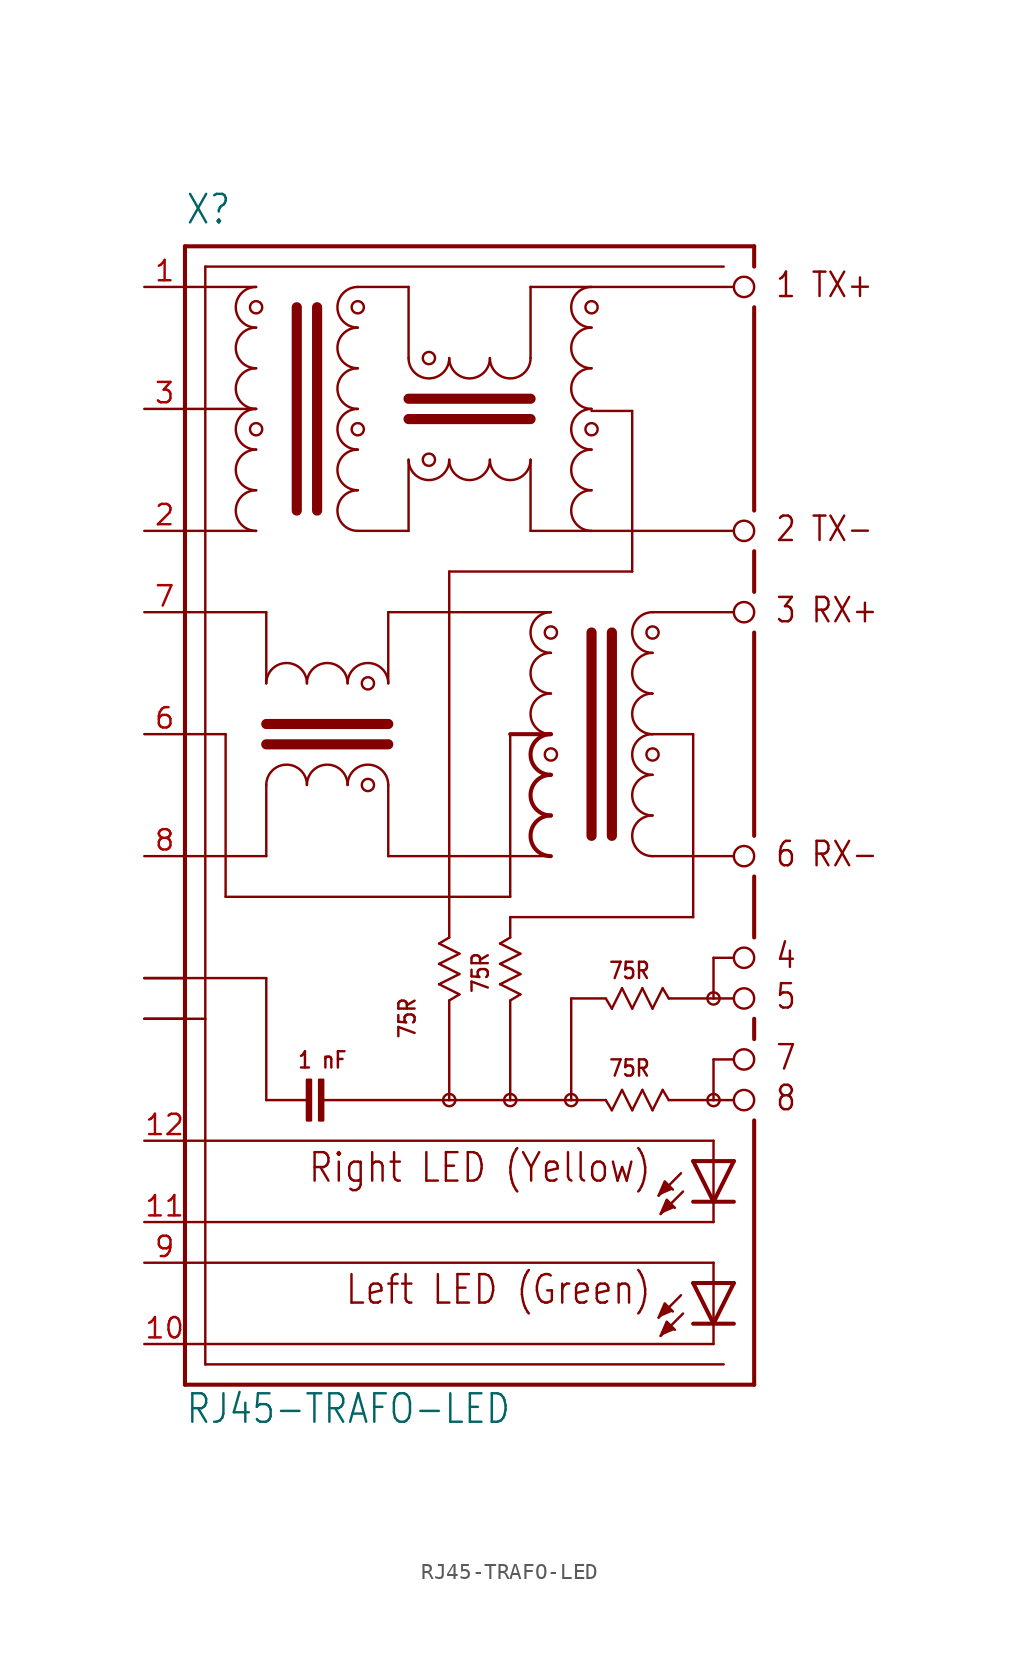
<source format=kicad_sym>
(kicad_symbol_lib
  (version 20211014)
  (generator kicad_symbol_editor)
  (symbol "RJ45-TRAFO-LED"
    (property "Reference" "X"
      (at -12.7 41.91 0)
      (effects (font (size 1.778 1.511)) (justify left bottom)))
    (property "Value" "RJ45-TRAFO-LED"
      (at -12.7 -33.02 0)
      (effects (font (size 1.778 1.511)) (justify left bottom)))
    (property "ki_locked" ""
      (at 0 0 0)
      (effects (font (size 1.27 1.27))))
    (symbol "RJ45-TRAFO-LED_1_0"
      (arc (start -8.255 25.4) (mid -9.525 24.13) (end -8.255 22.86) (stroke (width 0.1524) (type default) (color 0 0 0 0)) (fill (type none)))
      (arc (start -8.255 27.94) (mid -9.525 26.67) (end -8.255 25.4) (stroke (width 0.1524) (type default) (color 0 0 0 0)) (fill (type none)))
      (circle (center -8.255 29.21) (radius 0.381) (stroke (width 0) (type default) (color 0 0 0 0)) (fill (type none)))
      (arc (start -8.255 30.48) (mid -9.525 29.21) (end -8.255 27.94) (stroke (width 0.1524) (type default) (color 0 0 0 0)) (fill (type none)))
      (arc (start -8.255 33.02) (mid -9.525 31.75) (end -8.255 30.48) (stroke (width 0.1524) (type default) (color 0 0 0 0)) (fill (type none)))
      (arc (start -8.255 35.56) (mid -9.525 34.29) (end -8.255 33.02) (stroke (width 0.1524) (type default) (color 0 0 0 0)) (fill (type none)))
      (circle (center -8.255 36.83) (radius 0.381) (stroke (width 0) (type default) (color 0 0 0 0)) (fill (type none)))
      (arc (start -8.255 38.1) (mid -9.525 36.83) (end -8.255 35.56) (stroke (width 0.1524) (type default) (color 0 0 0 0)) (fill (type none)))
      (rectangle (start -5.08 -13.97) (end -4.826 -11.43) (stroke (width 0) (type default) (color 0 0 0 0)) (fill (type outline)))
      (arc (start -5.08 6.985) (mid -6.35 8.255) (end -7.62 6.985) (stroke (width 0.1524) (type default) (color 0 0 0 0)) (fill (type none)))
      (arc (start -5.08 13.335) (mid -6.35 14.605) (end -7.62 13.335) (stroke (width 0.1524) (type default) (color 0 0 0 0)) (fill (type none)))
      (rectangle (start -4.318 -13.97) (end -4.064 -11.43) (stroke (width 0) (type default) (color 0 0 0 0)) (fill (type outline)))
      (arc (start -2.54 6.985) (mid -3.81 8.255) (end -5.08 6.985) (stroke (width 0.1524) (type default) (color 0 0 0 0)) (fill (type none)))
      (arc (start -2.54 13.335) (mid -3.81 14.605) (end -5.08 13.335) (stroke (width 0.1524) (type default) (color 0 0 0 0)) (fill (type none)))
      (arc (start -1.905 25.4) (mid -3.175 24.13) (end -1.905 22.86) (stroke (width 0.1524) (type default) (color 0 0 0 0)) (fill (type none)))
      (arc (start -1.905 27.94) (mid -3.175 26.67) (end -1.905 25.4) (stroke (width 0.1524) (type default) (color 0 0 0 0)) (fill (type none)))
      (circle (center -1.905 29.21) (radius 0.381) (stroke (width 0) (type default) (color 0 0 0 0)) (fill (type none)))
      (arc (start -1.905 30.48) (mid -3.175 29.21) (end -1.905 27.94) (stroke (width 0.1524) (type default) (color 0 0 0 0)) (fill (type none)))
      (arc (start -1.905 33.02) (mid -3.175 31.75) (end -1.905 30.48) (stroke (width 0.1524) (type default) (color 0 0 0 0)) (fill (type none)))
      (arc (start -1.905 35.56) (mid -3.175 34.29) (end -1.905 33.02) (stroke (width 0.1524) (type default) (color 0 0 0 0)) (fill (type none)))
      (circle (center -1.905 36.83) (radius 0.381) (stroke (width 0) (type default) (color 0 0 0 0)) (fill (type none)))
      (arc (start -1.905 38.1) (mid -3.175 36.83) (end -1.905 35.56) (stroke (width 0.1524) (type default) (color 0 0 0 0)) (fill (type none)))
      (circle (center -1.27 6.985) (radius 0.381) (stroke (width 0) (type default) (color 0 0 0 0)) (fill (type none)))
      (circle (center -1.27 13.335) (radius 0.381) (stroke (width 0) (type default) (color 0 0 0 0)) (fill (type none)))
      (polyline (pts (xy -12.7 -30.48) (xy 22.86 -30.48)) (stroke (width 0.254) (type default) (color 0 0 0 0)) (fill (type none)))
      (polyline (pts (xy -12.7 -27.94) (xy -12.7 -30.48)) (stroke (width 0.254) (type default) (color 0 0 0 0)) (fill (type none)))
      (polyline (pts (xy -12.7 -27.94) (xy 20.32 -27.94)) (stroke (width 0.152) (type default) (color 0 0 0 0)) (fill (type none)))
      (polyline (pts (xy -12.7 -22.86) (xy -12.7 -27.94)) (stroke (width 0.254) (type default) (color 0 0 0 0)) (fill (type none)))
      (polyline (pts (xy -12.7 -22.86) (xy 20.32 -22.86)) (stroke (width 0.152) (type default) (color 0 0 0 0)) (fill (type none)))
      (polyline (pts (xy -12.7 -20.32) (xy -12.7 -22.86)) (stroke (width 0.254) (type default) (color 0 0 0 0)) (fill (type none)))
      (polyline (pts (xy -12.7 -20.32) (xy 20.32 -20.32)) (stroke (width 0.152) (type default) (color 0 0 0 0)) (fill (type none)))
      (polyline (pts (xy -12.7 -15.24) (xy -12.7 -20.32)) (stroke (width 0.254) (type default) (color 0 0 0 0)) (fill (type none)))
      (polyline (pts (xy -12.7 -15.24) (xy 20.32 -15.24)) (stroke (width 0.152) (type default) (color 0 0 0 0)) (fill (type none)))
      (polyline (pts (xy -12.7 -7.62) (xy -12.7 -15.24)) (stroke (width 0.254) (type default) (color 0 0 0 0)) (fill (type none)))
      (polyline (pts (xy -12.7 -7.62) (xy -11.43 -7.62)) (stroke (width 0.152) (type default) (color 0 0 0 0)) (fill (type none)))
      (polyline (pts (xy -12.7 -5.08) (xy -12.7 -7.62)) (stroke (width 0.254) (type default) (color 0 0 0 0)) (fill (type none)))
      (polyline (pts (xy -12.7 -5.08) (xy -7.62 -5.08)) (stroke (width 0.152) (type default) (color 0 0 0 0)) (fill (type none)))
      (polyline (pts (xy -12.7 10.16) (xy -10.16 10.16)) (stroke (width 0.152) (type default) (color 0 0 0 0)) (fill (type none)))
      (polyline (pts (xy -12.7 22.86) (xy -8.255 22.86)) (stroke (width 0.152) (type default) (color 0 0 0 0)) (fill (type none)))
      (polyline (pts (xy -12.7 30.48) (xy -8.255 30.48)) (stroke (width 0.152) (type default) (color 0 0 0 0)) (fill (type none)))
      (polyline (pts (xy -12.7 38.1) (xy -8.255 38.1)) (stroke (width 0.152) (type default) (color 0 0 0 0)) (fill (type none)))
      (polyline (pts (xy -12.7 40.64) (xy -12.7 -5.08)) (stroke (width 0.254) (type default) (color 0 0 0 0)) (fill (type none)))
      (polyline (pts (xy -12.7 40.64) (xy 22.86 40.64)) (stroke (width 0.254) (type default) (color 0 0 0 0)) (fill (type none)))
      (polyline (pts (xy -11.43 -29.21) (xy -11.43 -7.62)) (stroke (width 0.152) (type default) (color 0 0 0 0)) (fill (type none)))
      (polyline (pts (xy -11.43 -7.62) (xy -11.43 39.37)) (stroke (width 0.152) (type default) (color 0 0 0 0)) (fill (type none)))
      (polyline (pts (xy -10.16 0) (xy 7.62 0)) (stroke (width 0.152) (type default) (color 0 0 0 0)) (fill (type none)))
      (polyline (pts (xy -10.16 10.16) (xy -10.16 0)) (stroke (width 0.152) (type default) (color 0 0 0 0)) (fill (type none)))
      (polyline (pts (xy -7.62 -12.7) (xy -7.62 -5.08)) (stroke (width 0.152) (type default) (color 0 0 0 0)) (fill (type none)))
      (polyline (pts (xy -7.62 -12.7) (xy -5.08 -12.7)) (stroke (width 0.152) (type default) (color 0 0 0 0)) (fill (type none)))
      (polyline (pts (xy -7.62 2.54) (xy -12.7 2.54)) (stroke (width 0.152) (type default) (color 0 0 0 0)) (fill (type none)))
      (polyline (pts (xy -7.62 6.985) (xy -7.62 2.54)) (stroke (width 0.152) (type default) (color 0 0 0 0)) (fill (type none)))
      (polyline (pts (xy -7.62 13.335) (xy -7.62 17.78)) (stroke (width 0.152) (type default) (color 0 0 0 0)) (fill (type none)))
      (polyline (pts (xy -7.62 17.78) (xy -12.7 17.78)) (stroke (width 0.152) (type default) (color 0 0 0 0)) (fill (type none)))
      (polyline (pts (xy -5.715 36.83) (xy -5.715 24.13)) (stroke (width 0.635) (type default) (color 0 0 0 0)) (fill (type none)))
      (polyline (pts (xy -4.445 36.83) (xy -4.445 24.13)) (stroke (width 0.635) (type default) (color 0 0 0 0)) (fill (type none)))
      (polyline (pts (xy -4.064 -12.7) (xy 3.81 -12.7)) (stroke (width 0.152) (type default) (color 0 0 0 0)) (fill (type none)))
      (polyline (pts (xy -1.905 38.1) (xy 1.27 38.1)) (stroke (width 0.152) (type default) (color 0 0 0 0)) (fill (type none)))
      (polyline (pts (xy 0 2.54) (xy 0 6.985)) (stroke (width 0.152) (type default) (color 0 0 0 0)) (fill (type none)))
      (polyline (pts (xy 0 2.54) (xy 10.16 2.54)) (stroke (width 0.152) (type default) (color 0 0 0 0)) (fill (type none)))
      (polyline (pts (xy 0 9.525) (xy -7.62 9.525)) (stroke (width 0.635) (type default) (color 0 0 0 0)) (fill (type none)))
      (polyline (pts (xy 0 10.795) (xy -7.62 10.795)) (stroke (width 0.635) (type default) (color 0 0 0 0)) (fill (type none)))
      (polyline (pts (xy 0 17.78) (xy 0 13.335)) (stroke (width 0.152) (type default) (color 0 0 0 0)) (fill (type none)))
      (polyline (pts (xy 1.27 22.86) (xy -1.905 22.86)) (stroke (width 0.152) (type default) (color 0 0 0 0)) (fill (type none)))
      (polyline (pts (xy 1.27 22.86) (xy 1.27 27.305)) (stroke (width 0.152) (type default) (color 0 0 0 0)) (fill (type none)))
      (polyline (pts (xy 1.27 29.845) (xy 8.89 29.845)) (stroke (width 0.635) (type default) (color 0 0 0 0)) (fill (type none)))
      (polyline (pts (xy 1.27 31.115) (xy 8.89 31.115)) (stroke (width 0.635) (type default) (color 0 0 0 0)) (fill (type none)))
      (polyline (pts (xy 1.27 38.1) (xy 1.27 33.655)) (stroke (width 0.152) (type default) (color 0 0 0 0)) (fill (type none)))
      (polyline (pts (xy 3.175 -5.461) (xy 4.445 -6.096)) (stroke (width 0.152) (type default) (color 0 0 0 0)) (fill (type none)))
      (polyline (pts (xy 3.175 -4.191) (xy 4.445 -4.826)) (stroke (width 0.152) (type default) (color 0 0 0 0)) (fill (type none)))
      (polyline (pts (xy 3.175 -2.921) (xy 4.445 -3.556)) (stroke (width 0.152) (type default) (color 0 0 0 0)) (fill (type none)))
      (polyline (pts (xy 3.81 -12.7) (xy 7.62 -12.7)) (stroke (width 0.152) (type default) (color 0 0 0 0)) (fill (type none)))
      (polyline (pts (xy 3.81 -6.477) (xy 3.81 -12.7)) (stroke (width 0.152) (type default) (color 0 0 0 0)) (fill (type none)))
      (polyline (pts (xy 3.81 -2.54) (xy 3.175 -2.921)) (stroke (width 0.152) (type default) (color 0 0 0 0)) (fill (type none)))
      (polyline (pts (xy 3.81 20.32) (xy 3.81 -2.54)) (stroke (width 0.152) (type default) (color 0 0 0 0)) (fill (type none)))
      (polyline (pts (xy 4.445 -6.096) (xy 3.81 -6.477)) (stroke (width 0.152) (type default) (color 0 0 0 0)) (fill (type none)))
      (polyline (pts (xy 4.445 -4.826) (xy 3.175 -5.461)) (stroke (width 0.152) (type default) (color 0 0 0 0)) (fill (type none)))
      (polyline (pts (xy 4.445 -3.556) (xy 3.175 -4.191)) (stroke (width 0.152) (type default) (color 0 0 0 0)) (fill (type none)))
      (polyline (pts (xy 6.985 -5.461) (xy 8.255 -6.096)) (stroke (width 0.152) (type default) (color 0 0 0 0)) (fill (type none)))
      (polyline (pts (xy 6.985 -4.191) (xy 8.255 -4.826)) (stroke (width 0.152) (type default) (color 0 0 0 0)) (fill (type none)))
      (polyline (pts (xy 6.985 -2.921) (xy 8.255 -3.556)) (stroke (width 0.152) (type default) (color 0 0 0 0)) (fill (type none)))
      (polyline (pts (xy 7.62 -12.7) (xy 11.43 -12.7)) (stroke (width 0.152) (type default) (color 0 0 0 0)) (fill (type none)))
      (polyline (pts (xy 7.62 -6.477) (xy 7.62 -12.7)) (stroke (width 0.152) (type default) (color 0 0 0 0)) (fill (type none)))
      (polyline (pts (xy 7.62 -2.54) (xy 6.985 -2.921)) (stroke (width 0.152) (type default) (color 0 0 0 0)) (fill (type none)))
      (polyline (pts (xy 7.62 -1.27) (xy 7.62 -2.54)) (stroke (width 0.152) (type default) (color 0 0 0 0)) (fill (type none)))
      (polyline (pts (xy 7.62 0) (xy 7.62 10.16)) (stroke (width 0.152) (type default) (color 0 0 0 0)) (fill (type none)))
      (polyline (pts (xy 7.62 10.16) (xy 10.16 10.16)) (stroke (width 0.254) (type default) (color 0 0 0 0)) (fill (type none)))
      (polyline (pts (xy 8.255 -6.096) (xy 7.62 -6.477)) (stroke (width 0.152) (type default) (color 0 0 0 0)) (fill (type none)))
      (polyline (pts (xy 8.255 -4.826) (xy 6.985 -5.461)) (stroke (width 0.152) (type default) (color 0 0 0 0)) (fill (type none)))
      (polyline (pts (xy 8.255 -3.556) (xy 6.985 -4.191)) (stroke (width 0.152) (type default) (color 0 0 0 0)) (fill (type none)))
      (polyline (pts (xy 8.89 22.86) (xy 21.59 22.86)) (stroke (width 0.152) (type default) (color 0 0 0 0)) (fill (type none)))
      (polyline (pts (xy 8.89 27.305) (xy 8.89 22.86)) (stroke (width 0.152) (type default) (color 0 0 0 0)) (fill (type none)))
      (polyline (pts (xy 8.89 33.655) (xy 8.89 38.1)) (stroke (width 0.152) (type default) (color 0 0 0 0)) (fill (type none)))
      (polyline (pts (xy 8.89 38.1) (xy 21.59 38.1)) (stroke (width 0.152) (type default) (color 0 0 0 0)) (fill (type none)))
      (polyline (pts (xy 10.16 17.78) (xy 0 17.78)) (stroke (width 0.152) (type default) (color 0 0 0 0)) (fill (type none)))
      (polyline (pts (xy 11.43 -12.7) (xy 13.589 -12.7)) (stroke (width 0.152) (type default) (color 0 0 0 0)) (fill (type none)))
      (polyline (pts (xy 11.43 -6.35) (xy 11.43 -12.7)) (stroke (width 0.152) (type default) (color 0 0 0 0)) (fill (type none)))
      (polyline (pts (xy 12.7 16.51) (xy 12.7 3.81)) (stroke (width 0.635) (type default) (color 0 0 0 0)) (fill (type none)))
      (polyline (pts (xy 12.7 30.353) (xy 15.24 30.353)) (stroke (width 0.152) (type default) (color 0 0 0 0)) (fill (type none)))
      (polyline (pts (xy 13.589 -12.7) (xy 13.97 -13.335)) (stroke (width 0.152) (type default) (color 0 0 0 0)) (fill (type none)))
      (polyline (pts (xy 13.589 -6.35) (xy 11.43 -6.35)) (stroke (width 0.152) (type default) (color 0 0 0 0)) (fill (type none)))
      (polyline (pts (xy 13.589 -6.35) (xy 13.97 -6.985)) (stroke (width 0.152) (type default) (color 0 0 0 0)) (fill (type none)))
      (polyline (pts (xy 13.97 -13.335) (xy 14.605 -12.065)) (stroke (width 0.152) (type default) (color 0 0 0 0)) (fill (type none)))
      (polyline (pts (xy 13.97 -6.985) (xy 14.605 -5.715)) (stroke (width 0.152) (type default) (color 0 0 0 0)) (fill (type none)))
      (polyline (pts (xy 13.97 16.51) (xy 13.97 3.81)) (stroke (width 0.635) (type default) (color 0 0 0 0)) (fill (type none)))
      (polyline (pts (xy 14.605 -12.065) (xy 15.24 -13.335)) (stroke (width 0.152) (type default) (color 0 0 0 0)) (fill (type none)))
      (polyline (pts (xy 14.605 -5.715) (xy 15.24 -6.985)) (stroke (width 0.152) (type default) (color 0 0 0 0)) (fill (type none)))
      (polyline (pts (xy 15.24 -13.335) (xy 15.875 -12.065)) (stroke (width 0.152) (type default) (color 0 0 0 0)) (fill (type none)))
      (polyline (pts (xy 15.24 -6.985) (xy 15.875 -5.715)) (stroke (width 0.152) (type default) (color 0 0 0 0)) (fill (type none)))
      (polyline (pts (xy 15.24 20.32) (xy 3.81 20.32)) (stroke (width 0.152) (type default) (color 0 0 0 0)) (fill (type none)))
      (polyline (pts (xy 15.24 30.353) (xy 15.24 20.32)) (stroke (width 0.152) (type default) (color 0 0 0 0)) (fill (type none)))
      (polyline (pts (xy 15.875 -12.065) (xy 16.51 -13.335)) (stroke (width 0.152) (type default) (color 0 0 0 0)) (fill (type none)))
      (polyline (pts (xy 15.875 -5.715) (xy 16.51 -6.985)) (stroke (width 0.152) (type default) (color 0 0 0 0)) (fill (type none)))
      (polyline (pts (xy 16.51 -13.335) (xy 17.145 -12.065)) (stroke (width 0.152) (type default) (color 0 0 0 0)) (fill (type none)))
      (polyline (pts (xy 16.51 -6.985) (xy 17.145 -5.715)) (stroke (width 0.152) (type default) (color 0 0 0 0)) (fill (type none)))
      (polyline (pts (xy 17.145 -12.065) (xy 17.526 -12.7)) (stroke (width 0.152) (type default) (color 0 0 0 0)) (fill (type none)))
      (polyline (pts (xy 17.145 -5.715) (xy 17.526 -6.35)) (stroke (width 0.152) (type default) (color 0 0 0 0)) (fill (type none)))
      (polyline (pts (xy 17.526 -12.7) (xy 20.32 -12.7)) (stroke (width 0.152) (type default) (color 0 0 0 0)) (fill (type none)))
      (polyline (pts (xy 18.288 -24.892) (xy 16.891 -26.289)) (stroke (width 0.152) (type default) (color 0 0 0 0)) (fill (type none)))
      (polyline (pts (xy 18.288 -17.272) (xy 16.891 -18.669)) (stroke (width 0.152) (type default) (color 0 0 0 0)) (fill (type none)))
      (polyline (pts (xy 18.415 -26.035) (xy 17.018 -27.432)) (stroke (width 0.152) (type default) (color 0 0 0 0)) (fill (type none)))
      (polyline (pts (xy 18.415 -18.415) (xy 17.018 -19.812)) (stroke (width 0.152) (type default) (color 0 0 0 0)) (fill (type none)))
      (polyline (pts (xy 19.05 -1.27) (xy 7.62 -1.27)) (stroke (width 0.152) (type default) (color 0 0 0 0)) (fill (type none)))
      (polyline (pts (xy 19.05 10.16) (xy 16.51 10.16)) (stroke (width 0.152) (type default) (color 0 0 0 0)) (fill (type none)))
      (polyline (pts (xy 19.05 10.16) (xy 19.05 -1.27)) (stroke (width 0.152) (type default) (color 0 0 0 0)) (fill (type none)))
      (polyline (pts (xy 20.32 -27.94) (xy 20.32 -26.67)) (stroke (width 0.152) (type default) (color 0 0 0 0)) (fill (type none)))
      (polyline (pts (xy 20.32 -26.67) (xy 19.05 -26.67)) (stroke (width 0.254) (type default) (color 0 0 0 0)) (fill (type none)))
      (polyline (pts (xy 20.32 -26.67) (xy 19.05 -24.13)) (stroke (width 0.254) (type default) (color 0 0 0 0)) (fill (type none)))
      (polyline (pts (xy 20.32 -24.13) (xy 19.05 -24.13)) (stroke (width 0.254) (type default) (color 0 0 0 0)) (fill (type none)))
      (polyline (pts (xy 20.32 -24.13) (xy 20.32 -26.67)) (stroke (width 0.152) (type default) (color 0 0 0 0)) (fill (type none)))
      (polyline (pts (xy 20.32 -22.86) (xy 20.32 -24.13)) (stroke (width 0.152) (type default) (color 0 0 0 0)) (fill (type none)))
      (polyline (pts (xy 20.32 -20.32) (xy 20.32 -19.05)) (stroke (width 0.152) (type default) (color 0 0 0 0)) (fill (type none)))
      (polyline (pts (xy 20.32 -19.05) (xy 19.05 -19.05)) (stroke (width 0.254) (type default) (color 0 0 0 0)) (fill (type none)))
      (polyline (pts (xy 20.32 -19.05) (xy 19.05 -16.51)) (stroke (width 0.254) (type default) (color 0 0 0 0)) (fill (type none)))
      (polyline (pts (xy 20.32 -16.51) (xy 19.05 -16.51)) (stroke (width 0.254) (type default) (color 0 0 0 0)) (fill (type none)))
      (polyline (pts (xy 20.32 -16.51) (xy 20.32 -19.05)) (stroke (width 0.152) (type default) (color 0 0 0 0)) (fill (type none)))
      (polyline (pts (xy 20.32 -15.24) (xy 20.32 -16.51)) (stroke (width 0.152) (type default) (color 0 0 0 0)) (fill (type none)))
      (polyline (pts (xy 20.32 -12.7) (xy 21.59 -12.7)) (stroke (width 0.152) (type default) (color 0 0 0 0)) (fill (type none)))
      (polyline (pts (xy 20.32 -10.16) (xy 20.32 -12.7)) (stroke (width 0.152) (type default) (color 0 0 0 0)) (fill (type none)))
      (polyline (pts (xy 20.32 -6.35) (xy 17.526 -6.35)) (stroke (width 0.152) (type default) (color 0 0 0 0)) (fill (type none)))
      (polyline (pts (xy 20.32 -6.35) (xy 21.59 -6.35)) (stroke (width 0.152) (type default) (color 0 0 0 0)) (fill (type none)))
      (polyline (pts (xy 20.32 -3.81) (xy 20.32 -6.35)) (stroke (width 0.152) (type default) (color 0 0 0 0)) (fill (type none)))
      (polyline (pts (xy 20.955 -29.21) (xy -11.43 -29.21)) (stroke (width 0.152) (type default) (color 0 0 0 0)) (fill (type none)))
      (polyline (pts (xy 20.955 39.37) (xy -11.43 39.37)) (stroke (width 0.152) (type default) (color 0 0 0 0)) (fill (type none)))
      (polyline (pts (xy 21.59 -26.67) (xy 20.32 -26.67)) (stroke (width 0.254) (type default) (color 0 0 0 0)) (fill (type none)))
      (polyline (pts (xy 21.59 -24.13) (xy 20.32 -26.67)) (stroke (width 0.254) (type default) (color 0 0 0 0)) (fill (type none)))
      (polyline (pts (xy 21.59 -24.13) (xy 20.32 -24.13)) (stroke (width 0.254) (type default) (color 0 0 0 0)) (fill (type none)))
      (polyline (pts (xy 21.59 -19.05) (xy 20.32 -19.05)) (stroke (width 0.254) (type default) (color 0 0 0 0)) (fill (type none)))
      (polyline (pts (xy 21.59 -16.51) (xy 20.32 -19.05)) (stroke (width 0.254) (type default) (color 0 0 0 0)) (fill (type none)))
      (polyline (pts (xy 21.59 -16.51) (xy 20.32 -16.51)) (stroke (width 0.254) (type default) (color 0 0 0 0)) (fill (type none)))
      (polyline (pts (xy 21.59 -10.16) (xy 20.32 -10.16)) (stroke (width 0.152) (type default) (color 0 0 0 0)) (fill (type none)))
      (polyline (pts (xy 21.59 -3.81) (xy 20.32 -3.81)) (stroke (width 0.152) (type default) (color 0 0 0 0)) (fill (type none)))
      (polyline (pts (xy 21.59 2.54) (xy 16.51 2.54)) (stroke (width 0.152) (type default) (color 0 0 0 0)) (fill (type none)))
      (polyline (pts (xy 21.59 17.78) (xy 16.51 17.78)) (stroke (width 0.152) (type default) (color 0 0 0 0)) (fill (type none)))
      (polyline (pts (xy 22.86 -30.48) (xy 22.86 -13.97)) (stroke (width 0.254) (type default) (color 0 0 0 0)) (fill (type none)))
      (polyline (pts (xy 22.86 -8.89) (xy 22.86 -7.62)) (stroke (width 0.254) (type default) (color 0 0 0 0)) (fill (type none)))
      (polyline (pts (xy 22.86 -2.54) (xy 22.86 1.27)) (stroke (width 0.254) (type default) (color 0 0 0 0)) (fill (type none)))
      (polyline (pts (xy 22.86 3.81) (xy 22.86 16.51)) (stroke (width 0.254) (type default) (color 0 0 0 0)) (fill (type none)))
      (polyline (pts (xy 22.86 19.05) (xy 22.86 21.59)) (stroke (width 0.254) (type default) (color 0 0 0 0)) (fill (type none)))
      (polyline (pts (xy 22.86 24.13) (xy 22.86 36.83)) (stroke (width 0.254) (type default) (color 0 0 0 0)) (fill (type none)))
      (polyline (pts (xy 22.86 40.64) (xy 22.86 39.37)) (stroke (width 0.254) (type default) (color 0 0 0 0)) (fill (type none)))
      (polyline (pts (xy 16.891 -26.289) (xy 17.272 -25.4) (xy 17.78 -25.908)) (stroke (width 0) (type default) (color 0 0 0 0)) (fill (type outline)))
      (polyline (pts (xy 16.891 -18.669) (xy 17.272 -17.78) (xy 17.78 -18.288)) (stroke (width 0) (type default) (color 0 0 0 0)) (fill (type outline)))
      (polyline (pts (xy 17.018 -27.432) (xy 17.399 -26.543) (xy 17.907 -27.051)) (stroke (width 0) (type default) (color 0 0 0 0)) (fill (type outline)))
      (polyline (pts (xy 17.018 -19.812) (xy 17.399 -18.923) (xy 17.907 -19.431)) (stroke (width 0) (type default) (color 0 0 0 0)) (fill (type outline)))
      (arc (start 0 6.985) (mid -1.27 8.255) (end -2.54 6.985) (stroke (width 0.1524) (type default) (color 0 0 0 0)) (fill (type none)))
      (arc (start 0 13.335) (mid -1.27 14.605) (end -2.54 13.335) (stroke (width 0.1524) (type default) (color 0 0 0 0)) (fill (type none)))
      (arc (start 1.27 27.305) (mid 2.54 26.035) (end 3.81 27.305) (stroke (width 0.1524) (type default) (color 0 0 0 0)) (fill (type none)))
      (arc (start 1.27 33.655) (mid 2.54 32.385) (end 3.81 33.655) (stroke (width 0.1524) (type default) (color 0 0 0 0)) (fill (type none)))
      (circle (center 2.54 27.305) (radius 0.381) (stroke (width 0) (type default) (color 0 0 0 0)) (fill (type none)))
      (circle (center 2.54 33.655) (radius 0.381) (stroke (width 0) (type default) (color 0 0 0 0)) (fill (type none)))
      (circle (center 3.81 -12.7) (radius 0.381) (stroke (width 0) (type default) (color 0 0 0 0)) (fill (type none)))
      (arc (start 3.81 27.305) (mid 5.08 26.035) (end 6.35 27.305) (stroke (width 0.1524) (type default) (color 0 0 0 0)) (fill (type none)))
      (arc (start 3.81 33.655) (mid 5.08 32.385) (end 6.35 33.655) (stroke (width 0.1524) (type default) (color 0 0 0 0)) (fill (type none)))
      (arc (start 6.35 27.305) (mid 7.62 26.035) (end 8.89 27.305) (stroke (width 0.1524) (type default) (color 0 0 0 0)) (fill (type none)))
      (arc (start 6.35 33.655) (mid 7.62 32.385) (end 8.89 33.655) (stroke (width 0.1524) (type default) (color 0 0 0 0)) (fill (type none)))
      (circle (center 7.62 -12.7) (radius 0.381) (stroke (width 0) (type default) (color 0 0 0 0)) (fill (type none)))
      (arc (start 10.16 5.08) (mid 8.89 3.81) (end 10.16 2.54) (stroke (width 0.254) (type default) (color 0 0 0 0)) (fill (type none)))
      (arc (start 10.16 7.62) (mid 8.89 6.35) (end 10.16 5.08) (stroke (width 0.254) (type default) (color 0 0 0 0)) (fill (type none)))
      (circle (center 10.16 8.89) (radius 0.381) (stroke (width 0) (type default) (color 0 0 0 0)) (fill (type none)))
      (arc (start 10.16 10.16) (mid 8.89 8.89) (end 10.16 7.62) (stroke (width 0.254) (type default) (color 0 0 0 0)) (fill (type none)))
      (arc (start 10.16 12.7) (mid 8.89 11.43) (end 10.16 10.16) (stroke (width 0.1524) (type default) (color 0 0 0 0)) (fill (type none)))
      (arc (start 10.16 15.24) (mid 8.89 13.97) (end 10.16 12.7) (stroke (width 0.1524) (type default) (color 0 0 0 0)) (fill (type none)))
      (circle (center 10.16 16.51) (radius 0.381) (stroke (width 0) (type default) (color 0 0 0 0)) (fill (type none)))
      (arc (start 10.16 17.78) (mid 8.89 16.51) (end 10.16 15.24) (stroke (width 0.1524) (type default) (color 0 0 0 0)) (fill (type none)))
      (circle (center 11.43 -12.7) (radius 0.381) (stroke (width 0) (type default) (color 0 0 0 0)) (fill (type none)))
      (arc (start 12.7 25.4) (mid 11.43 24.13) (end 12.7 22.86) (stroke (width 0.1524) (type default) (color 0 0 0 0)) (fill (type none)))
      (arc (start 12.7 27.94) (mid 11.43 26.67) (end 12.7 25.4) (stroke (width 0.1524) (type default) (color 0 0 0 0)) (fill (type none)))
      (circle (center 12.7 29.21) (radius 0.381) (stroke (width 0) (type default) (color 0 0 0 0)) (fill (type none)))
      (arc (start 12.7 30.48) (mid 11.43 29.21) (end 12.7 27.94) (stroke (width 0.1524) (type default) (color 0 0 0 0)) (fill (type none)))
      (arc (start 12.7 33.02) (mid 11.43 31.75) (end 12.7 30.48) (stroke (width 0.1524) (type default) (color 0 0 0 0)) (fill (type none)))
      (arc (start 12.7 35.56) (mid 11.43 34.29) (end 12.7 33.02) (stroke (width 0.1524) (type default) (color 0 0 0 0)) (fill (type none)))
      (circle (center 12.7 36.83) (radius 0.381) (stroke (width 0) (type default) (color 0 0 0 0)) (fill (type none)))
      (arc (start 12.7 38.1) (mid 11.43 36.83) (end 12.7 35.56) (stroke (width 0.1524) (type default) (color 0 0 0 0)) (fill (type none)))
      (arc (start 16.51 5.08) (mid 15.24 3.81) (end 16.51 2.54) (stroke (width 0.1524) (type default) (color 0 0 0 0)) (fill (type none)))
      (arc (start 16.51 7.62) (mid 15.24 6.35) (end 16.51 5.08) (stroke (width 0.1524) (type default) (color 0 0 0 0)) (fill (type none)))
      (circle (center 16.51 8.89) (radius 0.381) (stroke (width 0) (type default) (color 0 0 0 0)) (fill (type none)))
      (arc (start 16.51 10.16) (mid 15.24 8.89) (end 16.51 7.62) (stroke (width 0.1524) (type default) (color 0 0 0 0)) (fill (type none)))
      (arc (start 16.51 12.7) (mid 15.24 11.43) (end 16.51 10.16) (stroke (width 0.1524) (type default) (color 0 0 0 0)) (fill (type none)))
      (arc (start 16.51 15.24) (mid 15.24 13.97) (end 16.51 12.7) (stroke (width 0.1524) (type default) (color 0 0 0 0)) (fill (type none)))
      (circle (center 16.51 16.51) (radius 0.381) (stroke (width 0) (type default) (color 0 0 0 0)) (fill (type none)))
      (arc (start 16.51 17.78) (mid 15.24 16.51) (end 16.51 15.24) (stroke (width 0.1524) (type default) (color 0 0 0 0)) (fill (type none)))
      (circle (center 20.32 -12.7) (radius 0.381) (stroke (width 0) (type default) (color 0 0 0 0)) (fill (type none)))
      (circle (center 20.32 -6.35) (radius 0.381) (stroke (width 0) (type default) (color 0 0 0 0)) (fill (type none)))
      (circle (center 22.225 -12.7) (radius 0.635) (stroke (width 0.152) (type default) (color 0 0 0 0)) (fill (type none)))
      (circle (center 22.225 -10.16) (radius 0.635) (stroke (width 0.152) (type default) (color 0 0 0 0)) (fill (type none)))
      (circle (center 22.225 -6.35) (radius 0.635) (stroke (width 0.152) (type default) (color 0 0 0 0)) (fill (type none)))
      (circle (center 22.225 -3.81) (radius 0.635) (stroke (width 0.152) (type default) (color 0 0 0 0)) (fill (type none)))
      (circle (center 22.225 2.54) (radius 0.635) (stroke (width 0.152) (type default) (color 0 0 0 0)) (fill (type none)))
      (circle (center 22.225 17.78) (radius 0.635) (stroke (width 0.152) (type default) (color 0 0 0 0)) (fill (type none)))
      (circle (center 22.225 22.86) (radius 0.635) (stroke (width 0.152) (type default) (color 0 0 0 0)) (fill (type none)))
      (circle (center 22.225 38.1) (radius 0.635) (stroke (width 0.152) (type default) (color 0 0 0 0)) (fill (type none)))
      (text "1 nF" (at -5.715 -10.795 0) (effects (font (size 1.016 0.864)) (justify left bottom)))
      (text "1 TX+" (at 24.13 37.338 0) (effects (font (size 1.524 1.295)) (justify left bottom)))
      (text "2 TX-" (at 24.13 22.098 0) (effects (font (size 1.524 1.295)) (justify left bottom)))
      (text "3 RX+" (at 24.13 17.018 0) (effects (font (size 1.524 1.295)) (justify left bottom)))
      (text "4" (at 24.13 -4.572 0) (effects (font (size 1.524 1.295)) (justify left bottom)))
      (text "5" (at 24.13 -7.112 0) (effects (font (size 1.524 1.295)) (justify left bottom)))
      (text "6 RX-" (at 24.13 1.778 0) (effects (font (size 1.524 1.295)) (justify left bottom)))
      (text "7" (at 24.13 -10.922 0) (effects (font (size 1.524 1.295)) (justify left bottom)))
      (text "75R" (at 1.778 -6.223 900) (effects (font (size 1.016 0.864)) (justify right bottom)))
      (text "75R" (at 6.35 -6.096 900) (effects (font (size 1.016 0.864)) (justify left bottom)))
      (text "75R" (at 13.716 -11.303 0) (effects (font (size 1.016 0.864)) (justify left bottom)))
      (text "75R" (at 13.716 -5.207 0) (effects (font (size 1.016 0.864)) (justify left bottom)))
      (text "8" (at 24.13 -13.462 0) (effects (font (size 1.524 1.295)) (justify left bottom)))
      (text "Left LED (Green)" (at 16.51 -23.495 0) (effects (font (size 1.778 1.511)) (justify right top)))
      (text "Right LED (Yellow)" (at 16.51 -15.875 0) (effects (font (size 1.778 1.511)) (justify right top)))
      (pin input line (at -15.24 38.1 0) (length 2.54) (name "TD+" (effects (font (size 0 0)))) (number "1" (effects (font (size 1.27 1.27)))))
      (pin passive line (at -15.24 -27.94 0) (length 2.54) (name "GREEN-C" (effects (font (size 0 0)))) (number "10" (effects (font (size 1.27 1.27)))))
      (pin passive line (at -15.24 -20.32 0) (length 2.54) (name "YELLOW-C" (effects (font (size 0 0)))) (number "11" (effects (font (size 1.27 1.27)))))
      (pin passive line (at -15.24 -15.24 0) (length 2.54) (name "YELLOW_A" (effects (font (size 0 0)))) (number "12" (effects (font (size 1.27 1.27)))))
      (pin input line (at -15.24 22.86 0) (length 2.54) (name "TD-" (effects (font (size 0 0)))) (number "2" (effects (font (size 1.27 1.27)))))
      (pin input line (at -15.24 30.48 0) (length 2.54) (name "CT" (effects (font (size 0 0)))) (number "3" (effects (font (size 1.27 1.27)))))
      (pin passive line (at -15.24 -5.08 0) (length 2.54) (name "GND" (effects (font (size 0 0)))) (number "4" (effects (font (size 0 0)))))
      (pin passive line (at -15.24 -5.08 0) (length 2.54) (name "GND" (effects (font (size 0 0)))) (number "5" (effects (font (size 0 0)))))
      (pin input line (at -15.24 10.16 0) (length 2.54) (name "CR" (effects (font (size 0 0)))) (number "6" (effects (font (size 1.27 1.27)))))
      (pin input line (at -15.24 17.78 0) (length 2.54) (name "RD+" (effects (font (size 0 0)))) (number "7" (effects (font (size 1.27 1.27)))))
      (pin input line (at -15.24 2.54 0) (length 2.54) (name "RD-" (effects (font (size 0 0)))) (number "8" (effects (font (size 1.27 1.27)))))
      (pin passive line (at -15.24 -22.86 0) (length 2.54) (name "GREEN-A" (effects (font (size 0 0)))) (number "9" (effects (font (size 1.27 1.27)))))
      (pin passive line (at -15.24 -7.62 0) (length 2.54) (name "SH" (effects (font (size 0 0)))) (number "SH" (effects (font (size 0 0)))))
      (pin passive line (at -15.24 -7.62 0) (length 2.54) (name "SH" (effects (font (size 0 0)))) (number "SH2" (effects (font (size 0 0))))))))
</source>
